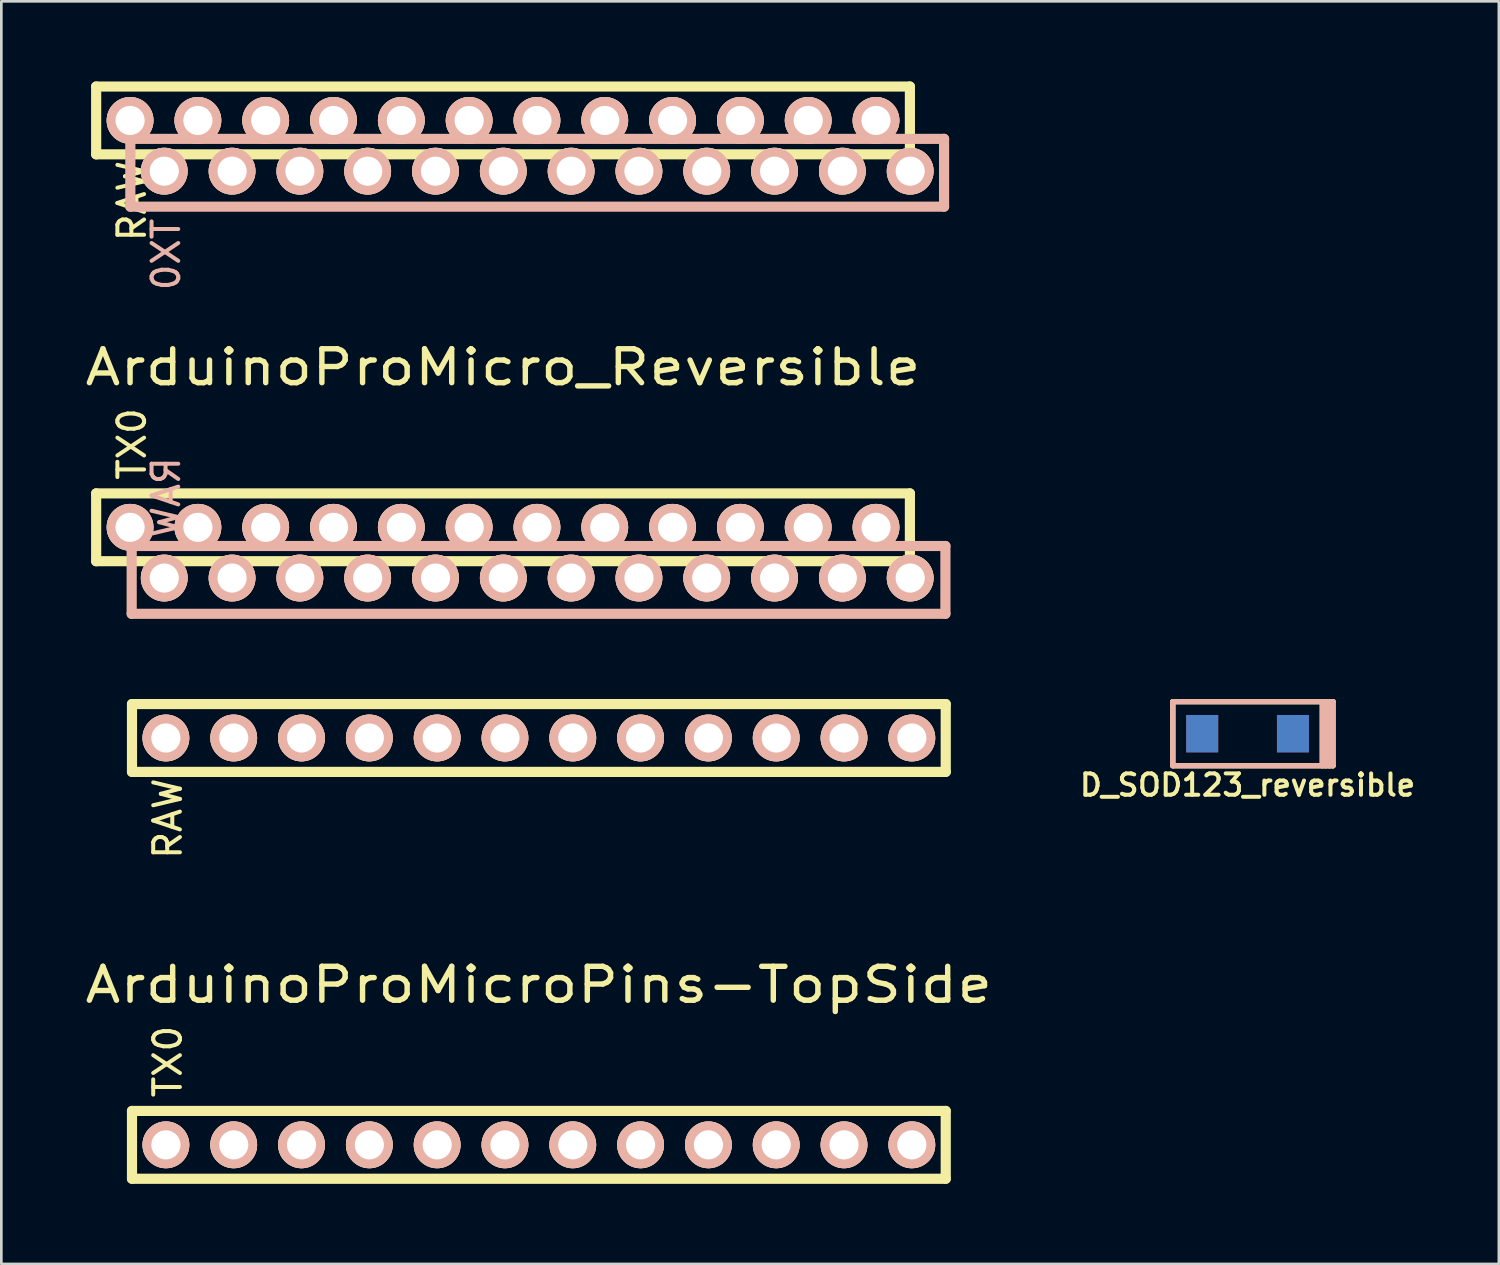
<source format=kicad_pcb>
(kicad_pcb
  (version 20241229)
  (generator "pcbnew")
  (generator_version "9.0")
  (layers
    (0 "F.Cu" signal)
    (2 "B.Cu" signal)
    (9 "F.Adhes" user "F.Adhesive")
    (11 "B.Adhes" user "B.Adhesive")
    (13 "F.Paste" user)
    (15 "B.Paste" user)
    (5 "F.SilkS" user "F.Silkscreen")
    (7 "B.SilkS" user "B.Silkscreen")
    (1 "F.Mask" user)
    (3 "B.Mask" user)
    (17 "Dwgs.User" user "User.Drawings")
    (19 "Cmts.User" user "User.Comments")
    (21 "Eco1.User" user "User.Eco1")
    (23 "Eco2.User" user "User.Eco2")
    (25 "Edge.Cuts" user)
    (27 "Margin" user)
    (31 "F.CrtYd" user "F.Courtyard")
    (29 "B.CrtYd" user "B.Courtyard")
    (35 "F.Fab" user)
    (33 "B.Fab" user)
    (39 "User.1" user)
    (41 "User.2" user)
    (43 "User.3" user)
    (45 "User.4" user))
  (footprint "ArduinoProMicroPins-TopSide"
    (layer "F.Cu")
    (at 17.134 32.212)
    (property "Reference" "ArduinoProMicroPins-TopSide" (at 0 1.625 0) (layer "F.SilkS") (effects (font (size 1.27 1.524) (thickness 0.203))))
    (attr through_hole)
    (fp_line (start -15.24 -8.89) (end -15.24 -6.35) (stroke (width 0.381) (type solid)) (layer "F.SilkS"))
    (fp_line (start -15.24 -6.35) (end 15.24 -6.35) (stroke (width 0.381) (type solid)) (layer "F.SilkS"))
    (fp_line (start -15.24 6.35) (end -15.24 8.89) (stroke (width 0.381) (type solid)) (layer "F.SilkS"))
    (fp_line (start -15.24 6.35) (end 15.24 6.35) (stroke (width 0.381) (type solid)) (layer "F.SilkS"))
    (fp_line (start -15.24 8.89) (end 15.24 8.89) (stroke (width 0.381) (type solid)) (layer "F.SilkS"))
    (fp_line (start 15.24 -8.89) (end -15.24 -8.89) (stroke (width 0.381) (type solid)) (layer "F.SilkS"))
    (fp_line (start 15.24 -6.35) (end 15.24 -8.89) (stroke (width 0.381) (type solid)) (layer "F.SilkS"))
    (fp_line (start 15.24 6.35) (end 15.24 8.89) (stroke (width 0.381) (type solid)) (layer "F.SilkS"))
    (fp_text user "TX0" (at -13.9 4.5 90) (layer "F.SilkS") (effects (font (size 1 1) (thickness 0.15))))
    (fp_text user "RAW" (at -13.9 -4.6 90) (layer "F.SilkS") (effects (font (size 1 1) (thickness 0.15))))
    (pad "1" thru_hole circle (at -13.97 7.62) (size 1.753 1.753) (drill 1.092) (layers "*.Cu" "*.SilkS" "*.Mask"))
    (pad "2" thru_hole circle (at -11.43 7.62) (size 1.753 1.753) (drill 1.092) (layers "*.Cu" "*.SilkS" "*.Mask"))
    (pad "3" thru_hole circle (at -8.89 7.62) (size 1.753 1.753) (drill 1.092) (layers "*.Cu" "*.SilkS" "*.Mask"))
    (pad "4" thru_hole circle (at -6.35 7.62) (size 1.753 1.753) (drill 1.092) (layers "*.Cu" "*.SilkS" "*.Mask"))
    (pad "5" thru_hole circle (at -3.81 7.62) (size 1.753 1.753) (drill 1.092) (layers "*.Cu" "*.SilkS" "*.Mask"))
    (pad "6" thru_hole circle (at -1.27 7.62) (size 1.753 1.753) (drill 1.092) (layers "*.Cu" "*.SilkS" "*.Mask"))
    (pad "7" thru_hole circle (at 1.27 7.62) (size 1.753 1.753) (drill 1.092) (layers "*.Cu" "*.SilkS" "*.Mask"))
    (pad "8" thru_hole circle (at 3.81 7.62) (size 1.753 1.753) (drill 1.092) (layers "*.Cu" "*.SilkS" "*.Mask"))
    (pad "9" thru_hole circle (at 6.35 7.62) (size 1.753 1.753) (drill 1.092) (layers "*.Cu" "*.SilkS" "*.Mask"))
    (pad "10" thru_hole circle (at 8.89 7.62) (size 1.753 1.753) (drill 1.092) (layers "*.Cu" "*.SilkS" "*.Mask"))
    (pad "11" thru_hole circle (at 11.43 7.62) (size 1.753 1.753) (drill 1.092) (layers "*.Cu" "*.SilkS" "*.Mask"))
    (pad "12" thru_hole circle (at 13.97 7.62) (size 1.753 1.753) (drill 1.092) (layers "*.Cu" "*.SilkS" "*.Mask"))
    (pad "13" thru_hole circle (at 13.97 -7.62) (size 1.753 1.753) (drill 1.092) (layers "*.Cu" "*.SilkS" "*.Mask"))
    (pad "14" thru_hole circle (at 11.43 -7.62) (size 1.753 1.753) (drill 1.092) (layers "*.Cu" "*.SilkS" "*.Mask"))
    (pad "15" thru_hole circle (at 8.89 -7.62) (size 1.753 1.753) (drill 1.092) (layers "*.Cu" "*.SilkS" "*.Mask"))
    (pad "16" thru_hole circle (at 6.35 -7.62) (size 1.753 1.753) (drill 1.092) (layers "*.Cu" "*.SilkS" "*.Mask"))
    (pad "17" thru_hole circle (at 3.81 -7.62) (size 1.753 1.753) (drill 1.092) (layers "*.Cu" "*.SilkS" "*.Mask"))
    (pad "18" thru_hole circle (at 1.27 -7.62) (size 1.753 1.753) (drill 1.092) (layers "*.Cu" "*.SilkS" "*.Mask"))
    (pad "19" thru_hole circle (at -1.27 -7.62) (size 1.753 1.753) (drill 1.092) (layers "*.Cu" "*.SilkS" "*.Mask"))
    (pad "20" thru_hole circle (at -3.81 -7.62) (size 1.753 1.753) (drill 1.092) (layers "*.Cu" "*.SilkS" "*.Mask"))
    (pad "21" thru_hole circle (at -6.35 -7.62) (size 1.753 1.753) (drill 1.092) (layers "*.Cu" "*.SilkS" "*.Mask"))
    (pad "22" thru_hole circle (at -8.89 -7.62) (size 1.753 1.753) (drill 1.092) (layers "*.Cu" "*.SilkS" "*.Mask"))
    (pad "23" thru_hole circle (at -11.43 -7.62) (size 1.753 1.753) (drill 1.092) (layers "*.Cu" "*.SilkS" "*.Mask"))
    (pad "24" thru_hole circle (at -13.97 -7.62) (size 1.753 1.753) (drill 1.092) (layers "*.Cu" "*.SilkS" "*.Mask")))
  (footprint "D_SOD123_reversible"
    (layer "F.Cu")
    (at 43.68 24.431)
    (property "Reference" "D_SOD123_reversible" (at 0 1.925 0) (layer "F.SilkS") (effects (font (size 0.8 0.8) (thickness 0.15))))
    (attr smd)
    (fp_line (start -2.8 -1.2) (end 3.2 -1.2) (stroke (width 0.2) (type solid)) (layer "F.SilkS"))
    (fp_line (start -2.8 1.2) (end -2.8 -1.2) (stroke (width 0.2) (type solid)) (layer "F.SilkS"))
    (fp_line (start 2.8 1.2) (end 2.8 -1.2) (stroke (width 0.2) (type solid)) (layer "F.SilkS"))
    (fp_line (start 2.925 1.2) (end 2.925 -1.2) (stroke (width 0.2) (type solid)) (layer "F.SilkS"))
    (fp_line (start 3.075 -1.2) (end 3.075 1.2) (stroke (width 0.2) (type solid)) (layer "F.SilkS"))
    (fp_line (start 3.2 -1.2) (end 3.2 1.2) (stroke (width 0.2) (type solid)) (layer "F.SilkS"))
    (fp_line (start 3.2 1.2) (end -2.8 1.2) (stroke (width 0.2) (type solid)) (layer "F.SilkS"))
    (fp_line (start -2.8 -1.2) (end -2.8 1.2) (stroke (width 0.2) (type solid)) (layer "B.SilkS"))
    (fp_line (start -2.8 1.2) (end 3.2 1.2) (stroke (width 0.2) (type solid)) (layer "B.SilkS"))
    (fp_line (start 2.8 -1.2) (end 2.8 1.2) (stroke (width 0.2) (type solid)) (layer "B.SilkS"))
    (fp_line (start 2.925 -1.2) (end 2.925 1.2) (stroke (width 0.2) (type solid)) (layer "B.SilkS"))
    (fp_line (start 3.075 1.2) (end 3.075 -1.2) (stroke (width 0.2) (type solid)) (layer "B.SilkS"))
    (fp_line (start 3.2 -1.2) (end -2.8 -1.2) (stroke (width 0.2) (type solid)) (layer "B.SilkS"))
    (fp_line (start 3.2 1.2) (end 3.2 -1.2) (stroke (width 0.2) (type solid)) (layer "B.SilkS"))
    (pad "1" smd rect (at 1.7 0 180) (size 1.2 1.4) (layers "F.Cu" "F.Mask" "F.Paste"))
    (pad "1" smd rect (at 1.7 0 180) (size 1.2 1.4) (layers "B.Cu" "B.Mask" "B.Paste"))
    (pad "2" smd rect (at -1.7 0 180) (size 1.2 1.4) (layers "F.Cu" "F.Mask" "F.Paste"))
    (pad "2" smd rect (at -1.7 0 180) (size 1.2 1.4) (layers "B.Cu" "B.Mask" "B.Paste")))
  (footprint "ArduinoProMicro_Reversible"
    (layer "F.Cu")
    (at 15.792 9.081)
    (property "Reference" "ArduinoProMicro_Reversible" (at 0 1.625 0) (layer "F.SilkS") (effects (font (size 1.27 1.524) (thickness 0.203))))
    (attr through_hole)
    (fp_line (start -15.24 -8.89) (end -15.24 -6.35) (stroke (width 0.381) (type solid)) (layer "F.SilkS"))
    (fp_line (start -15.24 -6.35) (end 15.24 -6.35) (stroke (width 0.381) (type solid)) (layer "F.SilkS"))
    (fp_line (start -15.24 6.35) (end -15.24 8.89) (stroke (width 0.381) (type solid)) (layer "F.SilkS"))
    (fp_line (start -15.24 6.35) (end 15.24 6.35) (stroke (width 0.381) (type solid)) (layer "F.SilkS"))
    (fp_line (start -15.24 8.89) (end 15.24 8.89) (stroke (width 0.381) (type solid)) (layer "F.SilkS"))
    (fp_line (start 15.24 -8.89) (end -15.24 -8.89) (stroke (width 0.381) (type solid)) (layer "F.SilkS"))
    (fp_line (start 15.24 -6.35) (end 15.24 -8.89) (stroke (width 0.381) (type solid)) (layer "F.SilkS"))
    (fp_line (start 15.24 6.35) (end 15.24 8.89) (stroke (width 0.381) (type solid)) (layer "F.SilkS"))
    (fp_line (start -13.96 -6.93) (end 16.52 -6.93) (stroke (width 0.381) (type solid)) (layer "B.SilkS"))
    (fp_line (start -13.96 -4.39) (end -13.96 -6.93) (stroke (width 0.381) (type solid)) (layer "B.SilkS"))
    (fp_line (start -13.96 -4.39) (end 16.52 -4.39) (stroke (width 0.381) (type solid)) (layer "B.SilkS"))
    (fp_line (start -13.91 8.32) (end 16.57 8.32) (stroke (width 0.381) (type solid)) (layer "B.SilkS"))
    (fp_line (start -13.91 10.86) (end -13.91 8.32) (stroke (width 0.381) (type solid)) (layer "B.SilkS"))
    (fp_line (start 16.52 -4.39) (end 16.52 -6.93) (stroke (width 0.381) (type solid)) (layer "B.SilkS"))
    (fp_line (start 16.57 8.32) (end 16.57 10.86) (stroke (width 0.381) (type solid)) (layer "B.SilkS"))
    (fp_line (start 16.57 10.86) (end -13.91 10.86) (stroke (width 0.381) (type solid)) (layer "B.SilkS"))
    (fp_text user "RAW" (at -13.9 -4.6 90) (layer "F.SilkS") (effects (font (size 1 1) (thickness 0.15))))
    (fp_text user "TX0" (at -13.9 4.5 90) (layer "F.SilkS") (effects (font (size 1 1) (thickness 0.15))))
    (fp_text user "RAW" (at -12.62 6.5 270) (layer "B.SilkS") (effects (font (size 1 1) (thickness 0.15)) (justify mirror)))
    (fp_text user "TX0" (at -12.62 -2.6 270) (layer "B.SilkS") (effects (font (size 1 1) (thickness 0.15)) (justify mirror)))
    (pad "1" thru_hole circle (at -13.97 7.62) (size 1.753 1.753) (drill 1.092) (layers "*.Cu" "*.SilkS" "*.Mask"))
    (pad "1" thru_hole circle (at -12.69 -5.72) (size 1.753 1.753) (drill 1.092) (layers "*.Cu" "*.SilkS" "*.Mask"))
    (pad "2" thru_hole circle (at -11.43 7.62) (size 1.753 1.753) (drill 1.092) (layers "*.Cu" "*.SilkS" "*.Mask"))
    (pad "2" thru_hole circle (at -10.15 -5.72) (size 1.753 1.753) (drill 1.092) (layers "*.Cu" "*.SilkS" "*.Mask"))
    (pad "3" thru_hole circle (at -8.89 7.62) (size 1.753 1.753) (drill 1.092) (layers "*.Cu" "*.SilkS" "*.Mask"))
    (pad "3" thru_hole circle (at -7.61 -5.72) (size 1.753 1.753) (drill 1.092) (layers "*.Cu" "*.SilkS" "*.Mask"))
    (pad "4" thru_hole circle (at -6.35 7.62) (size 1.753 1.753) (drill 1.092) (layers "*.Cu" "*.SilkS" "*.Mask"))
    (pad "4" thru_hole circle (at -5.07 -5.72) (size 1.753 1.753) (drill 1.092) (layers "*.Cu" "*.SilkS" "*.Mask"))
    (pad "5" thru_hole circle (at -3.81 7.62) (size 1.753 1.753) (drill 1.092) (layers "*.Cu" "*.SilkS" "*.Mask"))
    (pad "5" thru_hole circle (at -2.53 -5.72) (size 1.753 1.753) (drill 1.092) (layers "*.Cu" "*.SilkS" "*.Mask"))
    (pad "6" thru_hole circle (at -1.27 7.62) (size 1.753 1.753) (drill 1.092) (layers "*.Cu" "*.SilkS" "*.Mask"))
    (pad "6" thru_hole circle (at 0.01 -5.72) (size 1.753 1.753) (drill 1.092) (layers "*.Cu" "*.SilkS" "*.Mask"))
    (pad "7" thru_hole circle (at 1.27 7.62) (size 1.753 1.753) (drill 1.092) (layers "*.Cu" "*.SilkS" "*.Mask"))
    (pad "7" thru_hole circle (at 2.55 -5.72) (size 1.753 1.753) (drill 1.092) (layers "*.Cu" "*.SilkS" "*.Mask"))
    (pad "8" thru_hole circle (at 3.81 7.62) (size 1.753 1.753) (drill 1.092) (layers "*.Cu" "*.SilkS" "*.Mask"))
    (pad "8" thru_hole circle (at 5.09 -5.72) (size 1.753 1.753) (drill 1.092) (layers "*.Cu" "*.SilkS" "*.Mask"))
    (pad "9" thru_hole circle (at 6.35 7.62) (size 1.753 1.753) (drill 1.092) (layers "*.Cu" "*.SilkS" "*.Mask"))
    (pad "9" thru_hole circle (at 7.63 -5.72) (size 1.753 1.753) (drill 1.092) (layers "*.Cu" "*.SilkS" "*.Mask"))
    (pad "10" thru_hole circle (at 8.89 7.62) (size 1.753 1.753) (drill 1.092) (layers "*.Cu" "*.SilkS" "*.Mask"))
    (pad "10" thru_hole circle (at 10.17 -5.72) (size 1.753 1.753) (drill 1.092) (layers "*.Cu" "*.SilkS" "*.Mask"))
    (pad "11" thru_hole circle (at 11.43 7.62) (size 1.753 1.753) (drill 1.092) (layers "*.Cu" "*.SilkS" "*.Mask"))
    (pad "11" thru_hole circle (at 12.71 -5.72) (size 1.753 1.753) (drill 1.092) (layers "*.Cu" "*.SilkS" "*.Mask"))
    (pad "12" thru_hole circle (at 13.97 7.62) (size 1.753 1.753) (drill 1.092) (layers "*.Cu" "*.SilkS" "*.Mask"))
    (pad "12" thru_hole circle (at 15.25 -5.72) (size 1.753 1.753) (drill 1.092) (layers "*.Cu" "*.SilkS" "*.Mask"))
    (pad "13" thru_hole circle (at 13.97 -7.62) (size 1.753 1.753) (drill 1.092) (layers "*.Cu" "*.SilkS" "*.Mask"))
    (pad "13" thru_hole circle (at 15.25 9.52) (size 1.753 1.753) (drill 1.092) (layers "*.Cu" "*.SilkS" "*.Mask"))
    (pad "14" thru_hole circle (at 11.43 -7.62) (size 1.753 1.753) (drill 1.092) (layers "*.Cu" "*.SilkS" "*.Mask"))
    (pad "14" thru_hole circle (at 12.71 9.52) (size 1.753 1.753) (drill 1.092) (layers "*.Cu" "*.SilkS" "*.Mask"))
    (pad "15" thru_hole circle (at 8.89 -7.62) (size 1.753 1.753) (drill 1.092) (layers "*.Cu" "*.SilkS" "*.Mask"))
    (pad "15" thru_hole circle (at 10.17 9.52) (size 1.753 1.753) (drill 1.092) (layers "*.Cu" "*.SilkS" "*.Mask"))
    (pad "16" thru_hole circle (at 6.35 -7.62) (size 1.753 1.753) (drill 1.092) (layers "*.Cu" "*.SilkS" "*.Mask"))
    (pad "16" thru_hole circle (at 7.63 9.52) (size 1.753 1.753) (drill 1.092) (layers "*.Cu" "*.SilkS" "*.Mask"))
    (pad "17" thru_hole circle (at 3.81 -7.62) (size 1.753 1.753) (drill 1.092) (layers "*.Cu" "*.SilkS" "*.Mask"))
    (pad "17" thru_hole circle (at 5.09 9.52) (size 1.753 1.753) (drill 1.092) (layers "*.Cu" "*.SilkS" "*.Mask"))
    (pad "18" thru_hole circle (at 1.27 -7.62) (size 1.753 1.753) (drill 1.092) (layers "*.Cu" "*.SilkS" "*.Mask"))
    (pad "18" thru_hole circle (at 2.55 9.52) (size 1.753 1.753) (drill 1.092) (layers "*.Cu" "*.SilkS" "*.Mask"))
    (pad "19" thru_hole circle (at -1.27 -7.62) (size 1.753 1.753) (drill 1.092) (layers "*.Cu" "*.SilkS" "*.Mask"))
    (pad "19" thru_hole circle (at 0.01 9.52) (size 1.753 1.753) (drill 1.092) (layers "*.Cu" "*.SilkS" "*.Mask"))
    (pad "20" thru_hole circle (at -3.81 -7.62) (size 1.753 1.753) (drill 1.092) (layers "*.Cu" "*.SilkS" "*.Mask"))
    (pad "20" thru_hole circle (at -2.53 9.52) (size 1.753 1.753) (drill 1.092) (layers "*.Cu" "*.SilkS" "*.Mask"))
    (pad "21" thru_hole circle (at -6.35 -7.62) (size 1.753 1.753) (drill 1.092) (layers "*.Cu" "*.SilkS" "*.Mask"))
    (pad "21" thru_hole circle (at -5.07 9.52) (size 1.753 1.753) (drill 1.092) (layers "*.Cu" "*.SilkS" "*.Mask"))
    (pad "22" thru_hole circle (at -8.89 -7.62) (size 1.753 1.753) (drill 1.092) (layers "*.Cu" "*.SilkS" "*.Mask"))
    (pad "22" thru_hole circle (at -7.61 9.52) (size 1.753 1.753) (drill 1.092) (layers "*.Cu" "*.SilkS" "*.Mask"))
    (pad "23" thru_hole circle (at -11.43 -7.62) (size 1.753 1.753) (drill 1.092) (layers "*.Cu" "*.SilkS" "*.Mask"))
    (pad "23" thru_hole circle (at -10.15 9.52) (size 1.753 1.753) (drill 1.092) (layers "*.Cu" "*.SilkS" "*.Mask"))
    (pad "24" thru_hole circle (at -13.97 -7.62) (size 1.753 1.753) (drill 1.092) (layers "*.Cu" "*.SilkS" "*.Mask"))
    (pad "24" thru_hole circle (at -12.69 9.52) (size 1.753 1.753) (drill 1.092) (layers "*.Cu" "*.SilkS" "*.Mask")))
  (gr_rect
    (start -3 -3)
    (end 53.092 44.292)
    (stroke (width 0.1) (type default))
    (fill no)
    (layer "Edge.Cuts")))
</source>
